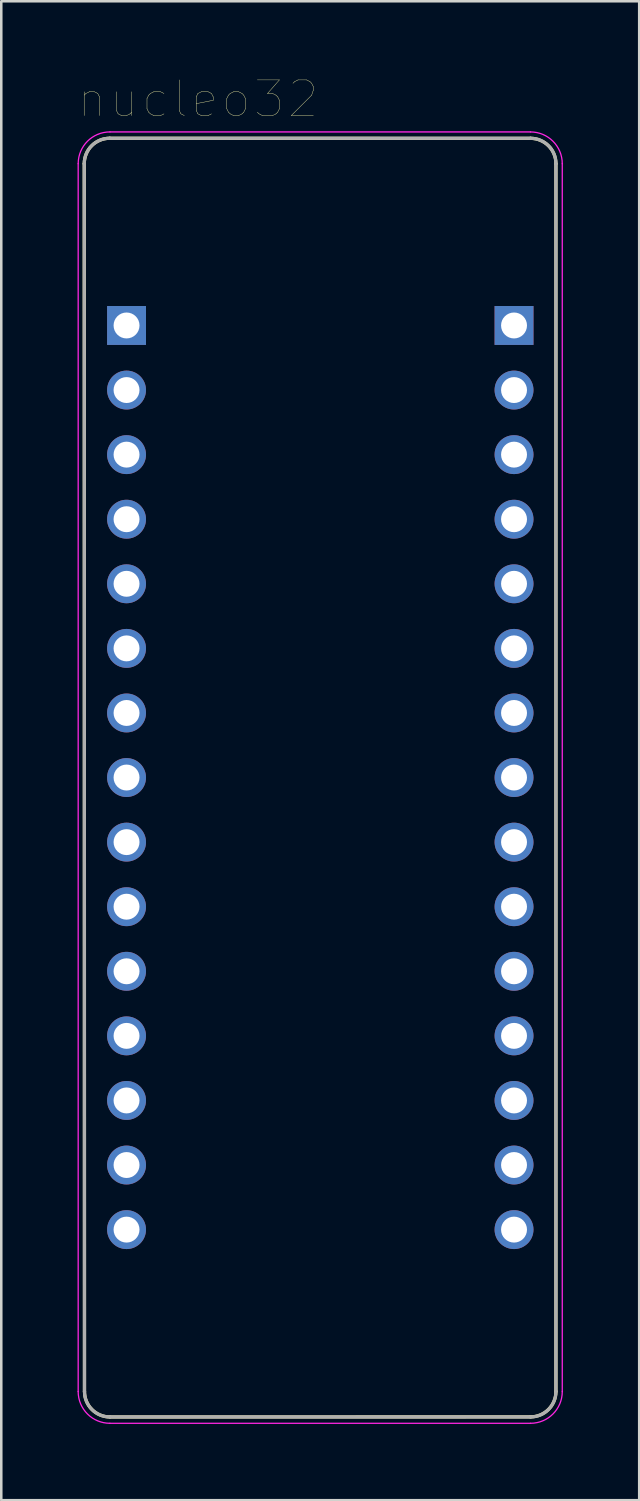
<source format=kicad_pcb>
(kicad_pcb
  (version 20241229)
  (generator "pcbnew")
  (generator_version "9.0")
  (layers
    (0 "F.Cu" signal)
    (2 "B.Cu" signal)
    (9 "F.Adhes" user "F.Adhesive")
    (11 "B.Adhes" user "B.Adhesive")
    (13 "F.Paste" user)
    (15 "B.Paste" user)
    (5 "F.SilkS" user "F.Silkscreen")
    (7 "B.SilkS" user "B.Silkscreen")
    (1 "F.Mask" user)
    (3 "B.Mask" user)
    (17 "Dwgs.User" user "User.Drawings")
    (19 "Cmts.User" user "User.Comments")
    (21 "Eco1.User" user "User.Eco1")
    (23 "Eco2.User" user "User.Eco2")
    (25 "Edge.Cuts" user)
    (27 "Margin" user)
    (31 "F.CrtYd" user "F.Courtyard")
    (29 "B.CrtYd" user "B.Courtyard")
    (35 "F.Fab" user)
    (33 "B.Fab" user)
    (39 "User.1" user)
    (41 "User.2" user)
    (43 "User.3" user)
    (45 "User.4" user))
  (footprint "nucleo32"
    (layer "F.Cu")
    (at 9.547 27.531)
    (property "Reference" "nucleo32" (at -4.813 -26.684 0) (layer "F.SilkS") (effects (font (size 1.402 1.402) (thickness 0.015))))
    (attr through_hole)
    (fp_line (start -9.274 24.149) (end -9.283 -24.143) (stroke (width 0.127) (type solid)) (layer "F.SilkS"))
    (fp_line (start -8.283 -25.143) (end 8.268 -25.14) (stroke (width 0.127) (type solid)) (layer "F.SilkS"))
    (fp_line (start 8.268 25.145) (end -8.274 25.149) (stroke (width 0.127) (type solid)) (layer "F.SilkS"))
    (fp_line (start 9.268 -24.14) (end 9.268 24.145) (stroke (width 0.127) (type solid)) (layer "F.SilkS"))
    (fp_arc (start -9.28294 -24.14346) (mid -8.990047 -24.850567) (end -8.28294 -25.14346) (stroke (width 0.127) (type solid)) (layer "F.SilkS"))
    (fp_arc (start -8.27354 25.14854) (mid -8.980647 24.855647) (end -9.27354 24.14854) (stroke (width 0.127) (type solid)) (layer "F.SilkS"))
    (fp_arc (start 8.26846 -25.14016) (mid 8.975567 -24.847267) (end 9.26846 -24.14016) (stroke (width 0.127) (type solid)) (layer "F.SilkS"))
    (fp_arc (start 9.26846 24.14524) (mid 8.975567 24.852347) (end 8.26846 25.14524) (stroke (width 0.127) (type solid)) (layer "F.SilkS"))
    (fp_line (start -9.522 24.149) (end -9.522 -24.144) (stroke (width 0.05) (type solid)) (layer "F.CrtYd"))
    (fp_line (start -8.273 -25.392) (end 8.268 -25.392) (stroke (width 0.05) (type solid)) (layer "F.CrtYd"))
    (fp_line (start 8.268 25.397) (end -8.274 25.397) (stroke (width 0.05) (type solid)) (layer "F.CrtYd"))
    (fp_line (start 9.517 -24.143) (end 9.517 24.149) (stroke (width 0.05) (type solid)) (layer "F.CrtYd"))
    (fp_arc (start -9.5217 -24.14354) (mid -9.1559 -25.02666) (end -8.27278 -25.39246) (stroke (width 0.05) (type solid)) (layer "F.CrtYd"))
    (fp_arc (start -8.27354 25.39746) (mid -9.15666 25.03166) (end -9.52246 24.14854) (stroke (width 0.05) (type solid)) (layer "F.CrtYd"))
    (fp_arc (start 8.26846 -25.39162) (mid 9.15158 -25.02582) (end 9.51738 -24.1427) (stroke (width 0.05) (type solid)) (layer "F.CrtYd"))
    (fp_arc (start 9.51738 24.14854) (mid 9.15158 25.03166) (end 8.26846 25.39746) (stroke (width 0.05) (type solid)) (layer "F.CrtYd"))
    (fp_line (start -9.274 24.149) (end -9.283 -24.143) (stroke (width 0.127) (type solid)) (layer "F.Fab"))
    (fp_line (start -8.283 -25.143) (end 8.268 -25.143) (stroke (width 0.127) (type solid)) (layer "F.Fab"))
    (fp_line (start 8.268 25.149) (end -8.274 25.149) (stroke (width 0.127) (type solid)) (layer "F.Fab"))
    (fp_line (start 9.268 -24.143) (end 9.268 24.149) (stroke (width 0.127) (type solid)) (layer "F.Fab"))
    (fp_arc (start -9.28294 -24.14346) (mid -8.990047 -24.850567) (end -8.28294 -25.14346) (stroke (width 0.127) (type solid)) (layer "F.Fab"))
    (fp_arc (start -8.27354 25.14854) (mid -8.980647 24.855647) (end -9.27354 24.14854) (stroke (width 0.127) (type solid)) (layer "F.Fab"))
    (fp_arc (start 8.26846 -25.1427) (mid 8.975567 -24.849807) (end 9.26846 -24.1427) (stroke (width 0.127) (type solid)) (layer "F.Fab"))
    (fp_arc (start 9.2677 24.14854) (mid 8.974807 24.855647) (end 8.2677 25.14854) (stroke (width 0.127) (type solid)) (layer "F.Fab"))
    (pad "3.1" thru_hole rect (at -7.62 -17.78) (size 1.53 1.53) (drill 1.02) (layers "*.Cu" "*.Mask"))
    (pad "3.2" thru_hole circle (at -7.62 -15.24) (size 1.53 1.53) (drill 1.02) (layers "*.Cu" "*.Mask"))
    (pad "3.3" thru_hole circle (at -7.62 -12.7) (size 1.53 1.53) (drill 1.02) (layers "*.Cu" "*.Mask"))
    (pad "3.4" thru_hole circle (at -7.62 -10.16) (size 1.53 1.53) (drill 1.02) (layers "*.Cu" "*.Mask"))
    (pad "3.5" thru_hole circle (at -7.62 -7.62) (size 1.53 1.53) (drill 1.02) (layers "*.Cu" "*.Mask"))
    (pad "3.6" thru_hole circle (at -7.62 -5.08) (size 1.53 1.53) (drill 1.02) (layers "*.Cu" "*.Mask"))
    (pad "3.7" thru_hole circle (at -7.62 -2.54) (size 1.53 1.53) (drill 1.02) (layers "*.Cu" "*.Mask"))
    (pad "3.8" thru_hole circle (at -7.62 0) (size 1.53 1.53) (drill 1.02) (layers "*.Cu" "*.Mask"))
    (pad "3.9" thru_hole circle (at -7.62 2.54) (size 1.53 1.53) (drill 1.02) (layers "*.Cu" "*.Mask"))
    (pad "3.10" thru_hole circle (at -7.62 5.08) (size 1.53 1.53) (drill 1.02) (layers "*.Cu" "*.Mask"))
    (pad "3.11" thru_hole circle (at -7.62 7.62) (size 1.53 1.53) (drill 1.02) (layers "*.Cu" "*.Mask"))
    (pad "3.12" thru_hole circle (at -7.62 10.16) (size 1.53 1.53) (drill 1.02) (layers "*.Cu" "*.Mask"))
    (pad "3.13" thru_hole circle (at -7.62 12.7) (size 1.53 1.53) (drill 1.02) (layers "*.Cu" "*.Mask"))
    (pad "3.14" thru_hole circle (at -7.62 15.24) (size 1.53 1.53) (drill 1.02) (layers "*.Cu" "*.Mask"))
    (pad "3.15" thru_hole circle (at -7.62 17.78) (size 1.53 1.53) (drill 1.02) (layers "*.Cu" "*.Mask"))
    (pad "4.1" thru_hole rect (at 7.62 -17.78) (size 1.53 1.53) (drill 1.02) (layers "*.Cu" "*.Mask"))
    (pad "4.2" thru_hole circle (at 7.62 -15.24) (size 1.53 1.53) (drill 1.02) (layers "*.Cu" "*.Mask"))
    (pad "4.3" thru_hole circle (at 7.62 -12.7) (size 1.53 1.53) (drill 1.02) (layers "*.Cu" "*.Mask"))
    (pad "4.4" thru_hole circle (at 7.62 -10.16) (size 1.53 1.53) (drill 1.02) (layers "*.Cu" "*.Mask"))
    (pad "4.5" thru_hole circle (at 7.62 -7.62) (size 1.53 1.53) (drill 1.02) (layers "*.Cu" "*.Mask"))
    (pad "4.6" thru_hole circle (at 7.62 -5.08) (size 1.53 1.53) (drill 1.02) (layers "*.Cu" "*.Mask"))
    (pad "4.7" thru_hole circle (at 7.62 -2.54) (size 1.53 1.53) (drill 1.02) (layers "*.Cu" "*.Mask"))
    (pad "4.8" thru_hole circle (at 7.62 0) (size 1.53 1.53) (drill 1.02) (layers "*.Cu" "*.Mask"))
    (pad "4.9" thru_hole circle (at 7.62 2.54) (size 1.53 1.53) (drill 1.02) (layers "*.Cu" "*.Mask"))
    (pad "4.10" thru_hole circle (at 7.62 5.08) (size 1.53 1.53) (drill 1.02) (layers "*.Cu" "*.Mask"))
    (pad "4.11" thru_hole circle (at 7.62 7.62) (size 1.53 1.53) (drill 1.02) (layers "*.Cu" "*.Mask"))
    (pad "4.12" thru_hole circle (at 7.62 10.16) (size 1.53 1.53) (drill 1.02) (layers "*.Cu" "*.Mask"))
    (pad "4.13" thru_hole circle (at 7.62 12.7) (size 1.53 1.53) (drill 1.02) (layers "*.Cu" "*.Mask"))
    (pad "4.14" thru_hole circle (at 7.62 15.24) (size 1.53 1.53) (drill 1.02) (layers "*.Cu" "*.Mask"))
    (pad "4.15" thru_hole circle (at 7.62 17.78) (size 1.53 1.53) (drill 1.02) (layers "*.Cu" "*.Mask")))
  (gr_rect
    (start -3 -3)
    (end 22.09 55.953)
    (stroke (width 0.1) (type default))
    (fill no)
    (layer "Edge.Cuts")))
</source>
